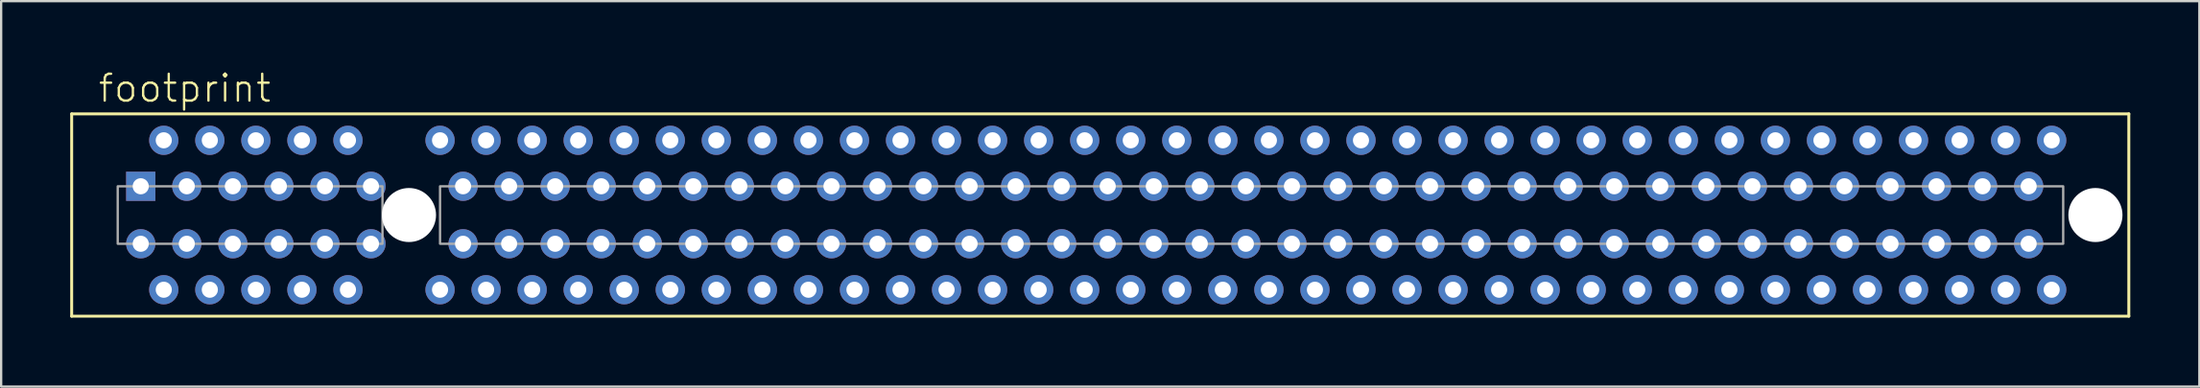
<source format=kicad_pcb>
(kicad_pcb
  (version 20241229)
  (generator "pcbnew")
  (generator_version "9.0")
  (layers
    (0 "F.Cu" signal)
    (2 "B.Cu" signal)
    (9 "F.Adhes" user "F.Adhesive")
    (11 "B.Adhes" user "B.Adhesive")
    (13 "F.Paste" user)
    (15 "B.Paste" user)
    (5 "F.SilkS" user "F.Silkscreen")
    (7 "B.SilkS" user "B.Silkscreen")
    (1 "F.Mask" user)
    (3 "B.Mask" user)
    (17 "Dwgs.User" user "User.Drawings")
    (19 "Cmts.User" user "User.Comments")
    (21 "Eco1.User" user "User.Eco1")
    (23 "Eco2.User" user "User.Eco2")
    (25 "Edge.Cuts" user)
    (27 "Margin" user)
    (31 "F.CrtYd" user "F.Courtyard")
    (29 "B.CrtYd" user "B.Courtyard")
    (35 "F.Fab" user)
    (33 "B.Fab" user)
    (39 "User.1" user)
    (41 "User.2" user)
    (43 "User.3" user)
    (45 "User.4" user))
  (footprint "footprint"
    (layer "F.Cu")
    (at 43.063 6.553)
    (property "Reference" "footprint" (at -41.91 -5.08 0) (layer "F.SilkS") (effects (font (size 1.168 1.168) (thickness 0.102)) (justify left bottom)))
    (fp_line (start -43 -4.65) (end 46.35 -4.65) (stroke (width 0.127) (type solid)) (layer "F.SilkS"))
    (fp_line (start -43 4.15) (end -43 -4.65) (stroke (width 0.127) (type solid)) (layer "F.SilkS"))
    (fp_line (start -43 4.15) (end 46.35 4.15) (stroke (width 0.127) (type solid)) (layer "F.SilkS"))
    (fp_line (start 46.35 -4.65) (end 46.35 4.15) (stroke (width 0.127) (type solid)) (layer "F.SilkS"))
    (fp_poly (pts (xy -41 1) (xy -29.5 1) (xy -29.5 -1.5) (xy -41 -1.5)) (stroke (width 0.1) (type solid)) (fill no) (layer "F.Fab"))
    (fp_poly (pts (xy -27 1) (xy 43.5 1) (xy 43.5 -1.5) (xy -27 -1.5)) (stroke (width 0.1) (type solid)) (fill no) (layer "F.Fab"))
    (pad "" np_thru_hole circle (at -28.35 -0.25) (size 2.35 2.35) (drill 2.35) (layers "*.Cu" "*.Mask"))
    (pad "" np_thru_hole circle (at 44.9 -0.25) (size 2.35 2.35) (drill 2.35) (layers "*.Cu" "*.Mask"))
    (pad "A1" thru_hole rect (at -40 -1.5) (size 1.27 1.27) (drill 0.7) (layers "*.Cu" "*.Mask"))
    (pad "A2" thru_hole circle (at -39 -3.5) (size 1.27 1.27) (drill 0.7) (layers "*.Cu" "*.Mask"))
    (pad "A3" thru_hole circle (at -38 -1.5) (size 1.27 1.27) (drill 0.7) (layers "*.Cu" "*.Mask"))
    (pad "A4" thru_hole circle (at -37 -3.5) (size 1.27 1.27) (drill 0.7) (layers "*.Cu" "*.Mask"))
    (pad "A5" thru_hole circle (at -36 -1.5) (size 1.27 1.27) (drill 0.7) (layers "*.Cu" "*.Mask"))
    (pad "A6" thru_hole circle (at -35 -3.5) (size 1.27 1.27) (drill 0.7) (layers "*.Cu" "*.Mask"))
    (pad "A7" thru_hole circle (at -34 -1.5) (size 1.27 1.27) (drill 0.7) (layers "*.Cu" "*.Mask"))
    (pad "A8" thru_hole circle (at -33 -3.5) (size 1.27 1.27) (drill 0.7) (layers "*.Cu" "*.Mask"))
    (pad "A9" thru_hole circle (at -32 -1.5) (size 1.27 1.27) (drill 0.7) (layers "*.Cu" "*.Mask"))
    (pad "A10" thru_hole circle (at -31 -3.5) (size 1.27 1.27) (drill 0.7) (layers "*.Cu" "*.Mask"))
    (pad "A11" thru_hole circle (at -30 -1.5) (size 1.27 1.27) (drill 0.7) (layers "*.Cu" "*.Mask"))
    (pad "A12" thru_hole circle (at -27 -3.5) (size 1.27 1.27) (drill 0.7) (layers "*.Cu" "*.Mask"))
    (pad "A13" thru_hole circle (at -26 -1.5) (size 1.27 1.27) (drill 0.7) (layers "*.Cu" "*.Mask"))
    (pad "A14" thru_hole circle (at -25 -3.5) (size 1.27 1.27) (drill 0.7) (layers "*.Cu" "*.Mask"))
    (pad "A15" thru_hole circle (at -24 -1.5) (size 1.27 1.27) (drill 0.7) (layers "*.Cu" "*.Mask"))
    (pad "A16" thru_hole circle (at -23 -3.5) (size 1.27 1.27) (drill 0.7) (layers "*.Cu" "*.Mask"))
    (pad "A17" thru_hole circle (at -22 -1.5) (size 1.27 1.27) (drill 0.7) (layers "*.Cu" "*.Mask"))
    (pad "A18" thru_hole circle (at -21 -3.5) (size 1.27 1.27) (drill 0.7) (layers "*.Cu" "*.Mask"))
    (pad "A19" thru_hole circle (at -20 -1.5) (size 1.27 1.27) (drill 0.7) (layers "*.Cu" "*.Mask"))
    (pad "A20" thru_hole circle (at -19 -3.5) (size 1.27 1.27) (drill 0.7) (layers "*.Cu" "*.Mask"))
    (pad "A21" thru_hole circle (at -18 -1.5) (size 1.27 1.27) (drill 0.7) (layers "*.Cu" "*.Mask"))
    (pad "A22" thru_hole circle (at -17 -3.5) (size 1.27 1.27) (drill 0.7) (layers "*.Cu" "*.Mask"))
    (pad "A23" thru_hole circle (at -16 -1.5) (size 1.27 1.27) (drill 0.7) (layers "*.Cu" "*.Mask"))
    (pad "A24" thru_hole circle (at -15 -3.5) (size 1.27 1.27) (drill 0.7) (layers "*.Cu" "*.Mask"))
    (pad "A25" thru_hole circle (at -14 -1.5) (size 1.27 1.27) (drill 0.7) (layers "*.Cu" "*.Mask"))
    (pad "A26" thru_hole circle (at -13 -3.5) (size 1.27 1.27) (drill 0.7) (layers "*.Cu" "*.Mask"))
    (pad "A27" thru_hole circle (at -12 -1.5) (size 1.27 1.27) (drill 0.7) (layers "*.Cu" "*.Mask"))
    (pad "A28" thru_hole circle (at -11 -3.5) (size 1.27 1.27) (drill 0.7) (layers "*.Cu" "*.Mask"))
    (pad "A29" thru_hole circle (at -10 -1.5) (size 1.27 1.27) (drill 0.7) (layers "*.Cu" "*.Mask"))
    (pad "A30" thru_hole circle (at -9 -3.5) (size 1.27 1.27) (drill 0.7) (layers "*.Cu" "*.Mask"))
    (pad "A31" thru_hole circle (at -8 -1.5) (size 1.27 1.27) (drill 0.7) (layers "*.Cu" "*.Mask"))
    (pad "A32" thru_hole circle (at -7 -3.5) (size 1.27 1.27) (drill 0.7) (layers "*.Cu" "*.Mask"))
    (pad "A33" thru_hole circle (at -6 -1.5) (size 1.27 1.27) (drill 0.7) (layers "*.Cu" "*.Mask"))
    (pad "A34" thru_hole circle (at -5 -3.5) (size 1.27 1.27) (drill 0.7) (layers "*.Cu" "*.Mask"))
    (pad "A35" thru_hole circle (at -4 -1.5) (size 1.27 1.27) (drill 0.7) (layers "*.Cu" "*.Mask"))
    (pad "A36" thru_hole circle (at -3 -3.5) (size 1.27 1.27) (drill 0.7) (layers "*.Cu" "*.Mask"))
    (pad "A37" thru_hole circle (at -2 -1.5) (size 1.27 1.27) (drill 0.7) (layers "*.Cu" "*.Mask"))
    (pad "A38" thru_hole circle (at -1 -3.5) (size 1.27 1.27) (drill 0.7) (layers "*.Cu" "*.Mask"))
    (pad "A39" thru_hole circle (at 0 -1.5) (size 1.27 1.27) (drill 0.7) (layers "*.Cu" "*.Mask"))
    (pad "A40" thru_hole circle (at 1 -3.5) (size 1.27 1.27) (drill 0.7) (layers "*.Cu" "*.Mask"))
    (pad "A41" thru_hole circle (at 2 -1.5) (size 1.27 1.27) (drill 0.7) (layers "*.Cu" "*.Mask"))
    (pad "A42" thru_hole circle (at 3 -3.5) (size 1.27 1.27) (drill 0.7) (layers "*.Cu" "*.Mask"))
    (pad "A43" thru_hole circle (at 4 -1.5) (size 1.27 1.27) (drill 0.7) (layers "*.Cu" "*.Mask"))
    (pad "A44" thru_hole circle (at 5 -3.5) (size 1.27 1.27) (drill 0.7) (layers "*.Cu" "*.Mask"))
    (pad "A45" thru_hole circle (at 6 -1.5) (size 1.27 1.27) (drill 0.7) (layers "*.Cu" "*.Mask"))
    (pad "A46" thru_hole circle (at 7 -3.5) (size 1.27 1.27) (drill 0.7) (layers "*.Cu" "*.Mask"))
    (pad "A47" thru_hole circle (at 8 -1.5) (size 1.27 1.27) (drill 0.7) (layers "*.Cu" "*.Mask"))
    (pad "A48" thru_hole circle (at 9 -3.5) (size 1.27 1.27) (drill 0.7) (layers "*.Cu" "*.Mask"))
    (pad "A49" thru_hole circle (at 10 -1.5) (size 1.27 1.27) (drill 0.7) (layers "*.Cu" "*.Mask"))
    (pad "A50" thru_hole circle (at 11 -3.5) (size 1.27 1.27) (drill 0.7) (layers "*.Cu" "*.Mask"))
    (pad "A51" thru_hole circle (at 12 -1.5) (size 1.27 1.27) (drill 0.7) (layers "*.Cu" "*.Mask"))
    (pad "A52" thru_hole circle (at 13 -3.5) (size 1.27 1.27) (drill 0.7) (layers "*.Cu" "*.Mask"))
    (pad "A53" thru_hole circle (at 14 -1.5) (size 1.27 1.27) (drill 0.7) (layers "*.Cu" "*.Mask"))
    (pad "A54" thru_hole circle (at 15 -3.5) (size 1.27 1.27) (drill 0.7) (layers "*.Cu" "*.Mask"))
    (pad "A55" thru_hole circle (at 16 -1.5) (size 1.27 1.27) (drill 0.7) (layers "*.Cu" "*.Mask"))
    (pad "A56" thru_hole circle (at 17 -3.5) (size 1.27 1.27) (drill 0.7) (layers "*.Cu" "*.Mask"))
    (pad "A57" thru_hole circle (at 18 -1.5) (size 1.27 1.27) (drill 0.7) (layers "*.Cu" "*.Mask"))
    (pad "A58" thru_hole circle (at 19 -3.5) (size 1.27 1.27) (drill 0.7) (layers "*.Cu" "*.Mask"))
    (pad "A59" thru_hole circle (at 20 -1.5) (size 1.27 1.27) (drill 0.7) (layers "*.Cu" "*.Mask"))
    (pad "A60" thru_hole circle (at 21 -3.5) (size 1.27 1.27) (drill 0.7) (layers "*.Cu" "*.Mask"))
    (pad "A61" thru_hole circle (at 22 -1.5) (size 1.27 1.27) (drill 0.7) (layers "*.Cu" "*.Mask"))
    (pad "A62" thru_hole circle (at 23 -3.5) (size 1.27 1.27) (drill 0.7) (layers "*.Cu" "*.Mask"))
    (pad "A63" thru_hole circle (at 24 -1.5) (size 1.27 1.27) (drill 0.7) (layers "*.Cu" "*.Mask"))
    (pad "A64" thru_hole circle (at 25 -3.5) (size 1.27 1.27) (drill 0.7) (layers "*.Cu" "*.Mask"))
    (pad "A65" thru_hole circle (at 26 -1.5) (size 1.27 1.27) (drill 0.7) (layers "*.Cu" "*.Mask"))
    (pad "A66" thru_hole circle (at 27 -3.5) (size 1.27 1.27) (drill 0.7) (layers "*.Cu" "*.Mask"))
    (pad "A67" thru_hole circle (at 28 -1.5) (size 1.27 1.27) (drill 0.7) (layers "*.Cu" "*.Mask"))
    (pad "A68" thru_hole circle (at 29 -3.5) (size 1.27 1.27) (drill 0.7) (layers "*.Cu" "*.Mask"))
    (pad "A69" thru_hole circle (at 30 -1.5) (size 1.27 1.27) (drill 0.7) (layers "*.Cu" "*.Mask"))
    (pad "A70" thru_hole circle (at 31 -3.5) (size 1.27 1.27) (drill 0.7) (layers "*.Cu" "*.Mask"))
    (pad "A71" thru_hole circle (at 32 -1.5) (size 1.27 1.27) (drill 0.7) (layers "*.Cu" "*.Mask"))
    (pad "A72" thru_hole circle (at 33 -3.5) (size 1.27 1.27) (drill 0.7) (layers "*.Cu" "*.Mask"))
    (pad "A73" thru_hole circle (at 34 -1.5) (size 1.27 1.27) (drill 0.7) (layers "*.Cu" "*.Mask"))
    (pad "A74" thru_hole circle (at 35 -3.5) (size 1.27 1.27) (drill 0.7) (layers "*.Cu" "*.Mask"))
    (pad "A75" thru_hole circle (at 36 -1.5) (size 1.27 1.27) (drill 0.7) (layers "*.Cu" "*.Mask"))
    (pad "A76" thru_hole circle (at 37 -3.5) (size 1.27 1.27) (drill 0.7) (layers "*.Cu" "*.Mask"))
    (pad "A77" thru_hole circle (at 38 -1.5) (size 1.27 1.27) (drill 0.7) (layers "*.Cu" "*.Mask"))
    (pad "A78" thru_hole circle (at 39 -3.5) (size 1.27 1.27) (drill 0.7) (layers "*.Cu" "*.Mask"))
    (pad "A79" thru_hole circle (at 40 -1.5) (size 1.27 1.27) (drill 0.7) (layers "*.Cu" "*.Mask"))
    (pad "A80" thru_hole circle (at 41 -3.5) (size 1.27 1.27) (drill 0.7) (layers "*.Cu" "*.Mask"))
    (pad "A81" thru_hole circle (at 42 -1.5) (size 1.27 1.27) (drill 0.7) (layers "*.Cu" "*.Mask"))
    (pad "A82" thru_hole circle (at 43 -3.5) (size 1.27 1.27) (drill 0.7) (layers "*.Cu" "*.Mask"))
    (pad "B1" thru_hole circle (at -40 1) (size 1.27 1.27) (drill 0.7) (layers "*.Cu" "*.Mask"))
    (pad "B2" thru_hole circle (at -39 3) (size 1.27 1.27) (drill 0.7) (layers "*.Cu" "*.Mask"))
    (pad "B3" thru_hole circle (at -38 1) (size 1.27 1.27) (drill 0.7) (layers "*.Cu" "*.Mask"))
    (pad "B4" thru_hole circle (at -37 3) (size 1.27 1.27) (drill 0.7) (layers "*.Cu" "*.Mask"))
    (pad "B5" thru_hole circle (at -36 1) (size 1.27 1.27) (drill 0.7) (layers "*.Cu" "*.Mask"))
    (pad "B6" thru_hole circle (at -35 3) (size 1.27 1.27) (drill 0.7) (layers "*.Cu" "*.Mask"))
    (pad "B7" thru_hole circle (at -34 1) (size 1.27 1.27) (drill 0.7) (layers "*.Cu" "*.Mask"))
    (pad "B8" thru_hole circle (at -33 3) (size 1.27 1.27) (drill 0.7) (layers "*.Cu" "*.Mask"))
    (pad "B9" thru_hole circle (at -32 1) (size 1.27 1.27) (drill 0.7) (layers "*.Cu" "*.Mask"))
    (pad "B10" thru_hole circle (at -31 3) (size 1.27 1.27) (drill 0.7) (layers "*.Cu" "*.Mask"))
    (pad "B11" thru_hole circle (at -30 1) (size 1.27 1.27) (drill 0.7) (layers "*.Cu" "*.Mask"))
    (pad "B12" thru_hole circle (at -27 3) (size 1.27 1.27) (drill 0.7) (layers "*.Cu" "*.Mask"))
    (pad "B13" thru_hole circle (at -26 1) (size 1.27 1.27) (drill 0.7) (layers "*.Cu" "*.Mask"))
    (pad "B14" thru_hole circle (at -25 3) (size 1.27 1.27) (drill 0.7) (layers "*.Cu" "*.Mask"))
    (pad "B15" thru_hole circle (at -24 1) (size 1.27 1.27) (drill 0.7) (layers "*.Cu" "*.Mask"))
    (pad "B16" thru_hole circle (at -23 3) (size 1.27 1.27) (drill 0.7) (layers "*.Cu" "*.Mask"))
    (pad "B17" thru_hole circle (at -22 1) (size 1.27 1.27) (drill 0.7) (layers "*.Cu" "*.Mask"))
    (pad "B18" thru_hole circle (at -21 3) (size 1.27 1.27) (drill 0.7) (layers "*.Cu" "*.Mask"))
    (pad "B19" thru_hole circle (at -20 1) (size 1.27 1.27) (drill 0.7) (layers "*.Cu" "*.Mask"))
    (pad "B20" thru_hole circle (at -19 3) (size 1.27 1.27) (drill 0.7) (layers "*.Cu" "*.Mask"))
    (pad "B21" thru_hole circle (at -18 1) (size 1.27 1.27) (drill 0.7) (layers "*.Cu" "*.Mask"))
    (pad "B22" thru_hole circle (at -17 3) (size 1.27 1.27) (drill 0.7) (layers "*.Cu" "*.Mask"))
    (pad "B23" thru_hole circle (at -16 1) (size 1.27 1.27) (drill 0.7) (layers "*.Cu" "*.Mask"))
    (pad "B24" thru_hole circle (at -15 3) (size 1.27 1.27) (drill 0.7) (layers "*.Cu" "*.Mask"))
    (pad "B25" thru_hole circle (at -14 1) (size 1.27 1.27) (drill 0.7) (layers "*.Cu" "*.Mask"))
    (pad "B26" thru_hole circle (at -13 3) (size 1.27 1.27) (drill 0.7) (layers "*.Cu" "*.Mask"))
    (pad "B27" thru_hole circle (at -12 1) (size 1.27 1.27) (drill 0.7) (layers "*.Cu" "*.Mask"))
    (pad "B28" thru_hole circle (at -11 3) (size 1.27 1.27) (drill 0.7) (layers "*.Cu" "*.Mask"))
    (pad "B29" thru_hole circle (at -10 1) (size 1.27 1.27) (drill 0.7) (layers "*.Cu" "*.Mask"))
    (pad "B30" thru_hole circle (at -9 3) (size 1.27 1.27) (drill 0.7) (layers "*.Cu" "*.Mask"))
    (pad "B31" thru_hole circle (at -8 1) (size 1.27 1.27) (drill 0.7) (layers "*.Cu" "*.Mask"))
    (pad "B32" thru_hole circle (at -7 3) (size 1.27 1.27) (drill 0.7) (layers "*.Cu" "*.Mask"))
    (pad "B33" thru_hole circle (at -6 1) (size 1.27 1.27) (drill 0.7) (layers "*.Cu" "*.Mask"))
    (pad "B34" thru_hole circle (at -5 3) (size 1.27 1.27) (drill 0.7) (layers "*.Cu" "*.Mask"))
    (pad "B35" thru_hole circle (at -4 1) (size 1.27 1.27) (drill 0.7) (layers "*.Cu" "*.Mask"))
    (pad "B36" thru_hole circle (at -3 3) (size 1.27 1.27) (drill 0.7) (layers "*.Cu" "*.Mask"))
    (pad "B37" thru_hole circle (at -2 1) (size 1.27 1.27) (drill 0.7) (layers "*.Cu" "*.Mask"))
    (pad "B38" thru_hole circle (at -1 3) (size 1.27 1.27) (drill 0.7) (layers "*.Cu" "*.Mask"))
    (pad "B39" thru_hole circle (at 0 1) (size 1.27 1.27) (drill 0.7) (layers "*.Cu" "*.Mask"))
    (pad "B40" thru_hole circle (at 1 3) (size 1.27 1.27) (drill 0.7) (layers "*.Cu" "*.Mask"))
    (pad "B41" thru_hole circle (at 2 1) (size 1.27 1.27) (drill 0.7) (layers "*.Cu" "*.Mask"))
    (pad "B42" thru_hole circle (at 3 3) (size 1.27 1.27) (drill 0.7) (layers "*.Cu" "*.Mask"))
    (pad "B43" thru_hole circle (at 4 1) (size 1.27 1.27) (drill 0.7) (layers "*.Cu" "*.Mask"))
    (pad "B44" thru_hole circle (at 5 3) (size 1.27 1.27) (drill 0.7) (layers "*.Cu" "*.Mask"))
    (pad "B45" thru_hole circle (at 6 1) (size 1.27 1.27) (drill 0.7) (layers "*.Cu" "*.Mask"))
    (pad "B46" thru_hole circle (at 7 3) (size 1.27 1.27) (drill 0.7) (layers "*.Cu" "*.Mask"))
    (pad "B47" thru_hole circle (at 8 1) (size 1.27 1.27) (drill 0.7) (layers "*.Cu" "*.Mask"))
    (pad "B48" thru_hole circle (at 9 3) (size 1.27 1.27) (drill 0.7) (layers "*.Cu" "*.Mask"))
    (pad "B49" thru_hole circle (at 10 1) (size 1.27 1.27) (drill 0.7) (layers "*.Cu" "*.Mask"))
    (pad "B50" thru_hole circle (at 11 3) (size 1.27 1.27) (drill 0.7) (layers "*.Cu" "*.Mask"))
    (pad "B51" thru_hole circle (at 12 1) (size 1.27 1.27) (drill 0.7) (layers "*.Cu" "*.Mask"))
    (pad "B52" thru_hole circle (at 13 3) (size 1.27 1.27) (drill 0.7) (layers "*.Cu" "*.Mask"))
    (pad "B53" thru_hole circle (at 14 1) (size 1.27 1.27) (drill 0.7) (layers "*.Cu" "*.Mask"))
    (pad "B54" thru_hole circle (at 15 3) (size 1.27 1.27) (drill 0.7) (layers "*.Cu" "*.Mask"))
    (pad "B55" thru_hole circle (at 16 1) (size 1.27 1.27) (drill 0.7) (layers "*.Cu" "*.Mask"))
    (pad "B56" thru_hole circle (at 17 3) (size 1.27 1.27) (drill 0.7) (layers "*.Cu" "*.Mask"))
    (pad "B57" thru_hole circle (at 18 1) (size 1.27 1.27) (drill 0.7) (layers "*.Cu" "*.Mask"))
    (pad "B58" thru_hole circle (at 19 3) (size 1.27 1.27) (drill 0.7) (layers "*.Cu" "*.Mask"))
    (pad "B59" thru_hole circle (at 20 1) (size 1.27 1.27) (drill 0.7) (layers "*.Cu" "*.Mask"))
    (pad "B60" thru_hole circle (at 21 3) (size 1.27 1.27) (drill 0.7) (layers "*.Cu" "*.Mask"))
    (pad "B61" thru_hole circle (at 22 1) (size 1.27 1.27) (drill 0.7) (layers "*.Cu" "*.Mask"))
    (pad "B62" thru_hole circle (at 23 3) (size 1.27 1.27) (drill 0.7) (layers "*.Cu" "*.Mask"))
    (pad "B63" thru_hole circle (at 24 1) (size 1.27 1.27) (drill 0.7) (layers "*.Cu" "*.Mask"))
    (pad "B64" thru_hole circle (at 25 3) (size 1.27 1.27) (drill 0.7) (layers "*.Cu" "*.Mask"))
    (pad "B65" thru_hole circle (at 26 1) (size 1.27 1.27) (drill 0.7) (layers "*.Cu" "*.Mask"))
    (pad "B66" thru_hole circle (at 27 3) (size 1.27 1.27) (drill 0.7) (layers "*.Cu" "*.Mask"))
    (pad "B67" thru_hole circle (at 28 1) (size 1.27 1.27) (drill 0.7) (layers "*.Cu" "*.Mask"))
    (pad "B68" thru_hole circle (at 29 3) (size 1.27 1.27) (drill 0.7) (layers "*.Cu" "*.Mask"))
    (pad "B69" thru_hole circle (at 30 1) (size 1.27 1.27) (drill 0.7) (layers "*.Cu" "*.Mask"))
    (pad "B70" thru_hole circle (at 31 3) (size 1.27 1.27) (drill 0.7) (layers "*.Cu" "*.Mask"))
    (pad "B71" thru_hole circle (at 32 1) (size 1.27 1.27) (drill 0.7) (layers "*.Cu" "*.Mask"))
    (pad "B72" thru_hole circle (at 33 3) (size 1.27 1.27) (drill 0.7) (layers "*.Cu" "*.Mask"))
    (pad "B73" thru_hole circle (at 34 1) (size 1.27 1.27) (drill 0.7) (layers "*.Cu" "*.Mask"))
    (pad "B74" thru_hole circle (at 35 3) (size 1.27 1.27) (drill 0.7) (layers "*.Cu" "*.Mask"))
    (pad "B75" thru_hole circle (at 36 1) (size 1.27 1.27) (drill 0.7) (layers "*.Cu" "*.Mask"))
    (pad "B76" thru_hole circle (at 37 3) (size 1.27 1.27) (drill 0.7) (layers "*.Cu" "*.Mask"))
    (pad "B77" thru_hole circle (at 38 1) (size 1.27 1.27) (drill 0.7) (layers "*.Cu" "*.Mask"))
    (pad "B78" thru_hole circle (at 39 3) (size 1.27 1.27) (drill 0.7) (layers "*.Cu" "*.Mask"))
    (pad "B79" thru_hole circle (at 40 1) (size 1.27 1.27) (drill 0.7) (layers "*.Cu" "*.Mask"))
    (pad "B80" thru_hole circle (at 41 3) (size 1.27 1.27) (drill 0.7) (layers "*.Cu" "*.Mask"))
    (pad "B81" thru_hole circle (at 42 1) (size 1.27 1.27) (drill 0.7) (layers "*.Cu" "*.Mask"))
    (pad "B82" thru_hole circle (at 43 3) (size 1.27 1.27) (drill 0.7) (layers "*.Cu" "*.Mask")))
  (gr_rect
    (start -3 -3)
    (end 92.477 13.767)
    (stroke (width 0.1) (type default))
    (fill no)
    (layer "Edge.Cuts")))
</source>
